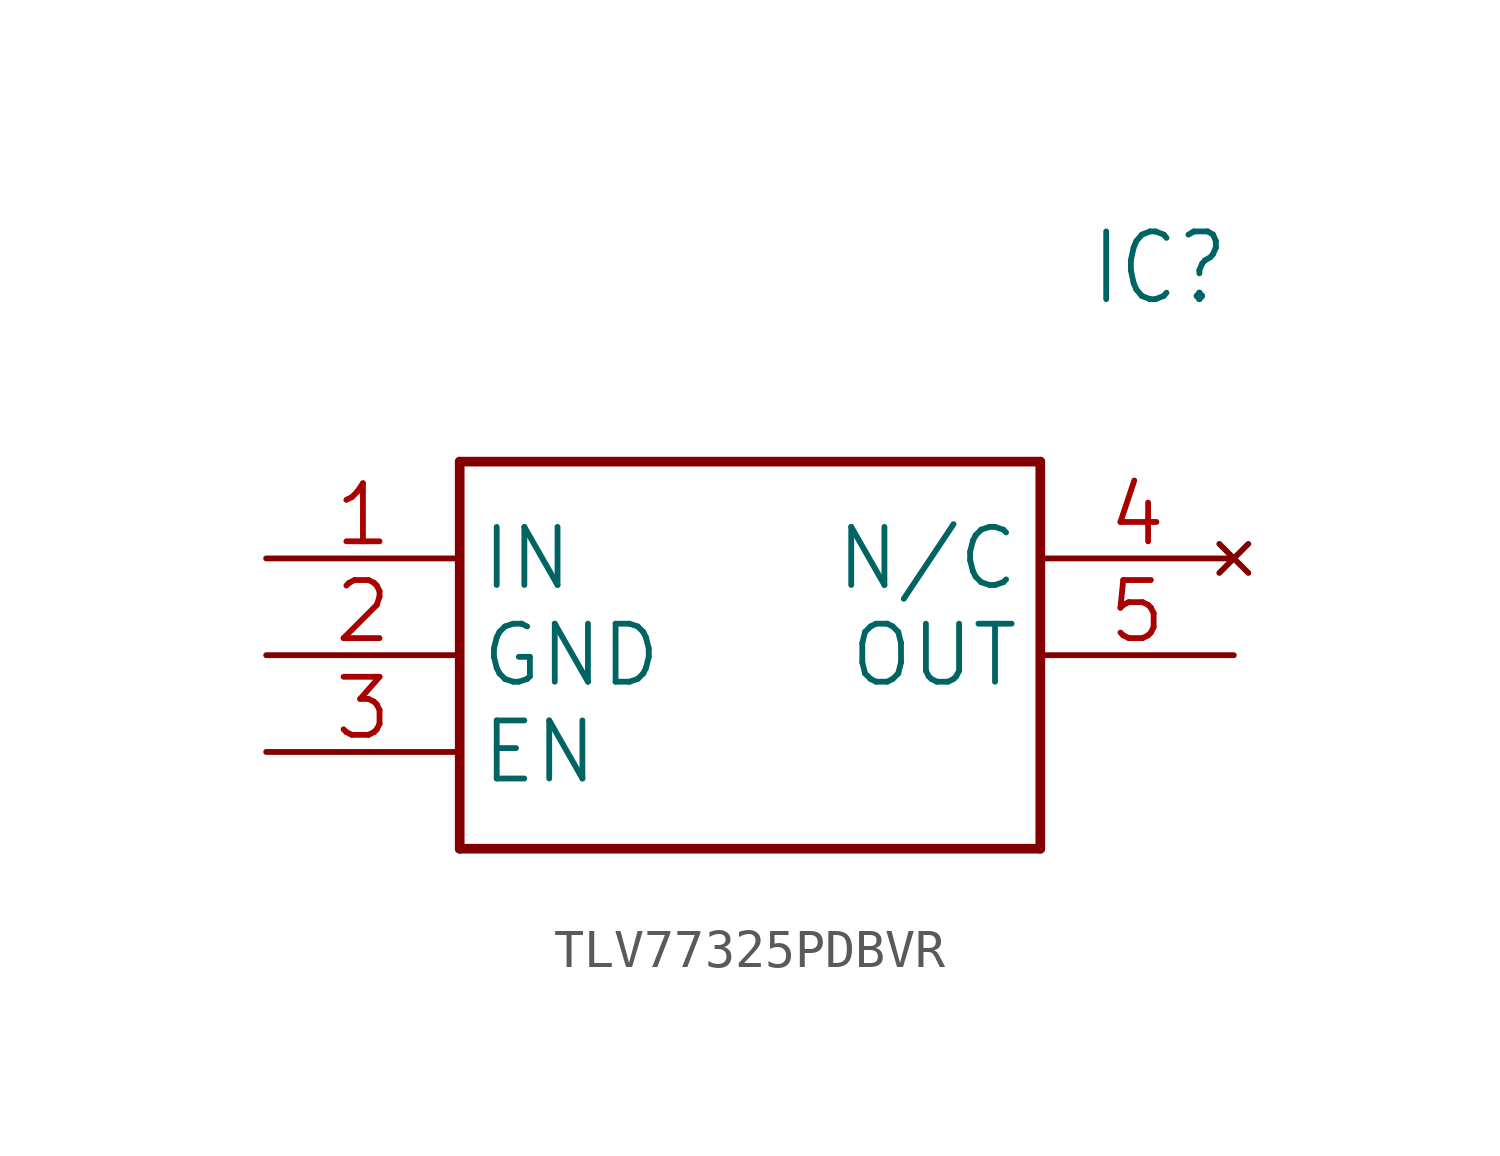
<source format=kicad_sym>
(kicad_symbol_lib
  (version 20241209)
  (generator "kicad_symbol_editor")
  (generator_version "9.0")
  (symbol "TLV77325PDBVR"
    (property "Reference" "IC"
      (at 21.59 7.62 0)
      (effects (font (size 1.778 1.511)) (justify left)))
    (property "Value" ""
      (at 21.59 5.08 0)
      (effects (font (size 1.778 1.511)) (justify left)))
    (property "ki_locked" ""
      (at 0 0 0)
      (effects (font (size 1.27 1.27))))
    (symbol "TLV77325PDBVR_1_0"
      (polyline (pts (xy 5.08 2.54) (xy 5.08 -7.62)) (stroke (width 0.254) (type solid)) (fill (type none)))
      (polyline (pts (xy 5.08 2.54) (xy 20.32 2.54)) (stroke (width 0.254) (type solid)) (fill (type none)))
      (polyline (pts (xy 20.32 -7.62) (xy 5.08 -7.62)) (stroke (width 0.254) (type solid)) (fill (type none)))
      (polyline (pts (xy 20.32 -7.62) (xy 20.32 2.54)) (stroke (width 0.254) (type solid)) (fill (type none)))
      (pin bidirectional line (at 0 0 0) (length 5.08) (name "IN" (effects (font (size 1.524 1.524)))) (number "1" (effects (font (size 1.524 1.524)))))
      (pin bidirectional line (at 0 -2.54 0) (length 5.08) (name "GND" (effects (font (size 1.524 1.524)))) (number "2" (effects (font (size 1.524 1.524)))))
      (pin bidirectional line (at 0 -5.08 0) (length 5.08) (name "EN" (effects (font (size 1.524 1.524)))) (number "3" (effects (font (size 1.524 1.524)))))
      (pin no_connect line (at 25.4 0 180) (length 5.08) (name "N/C" (effects (font (size 1.524 1.524)))) (number "4" (effects (font (size 1.524 1.524)))))
      (pin bidirectional line (at 25.4 -2.54 180) (length 5.08) (name "OUT" (effects (font (size 1.524 1.524)))) (number "5" (effects (font (size 1.524 1.524))))))))
</source>
